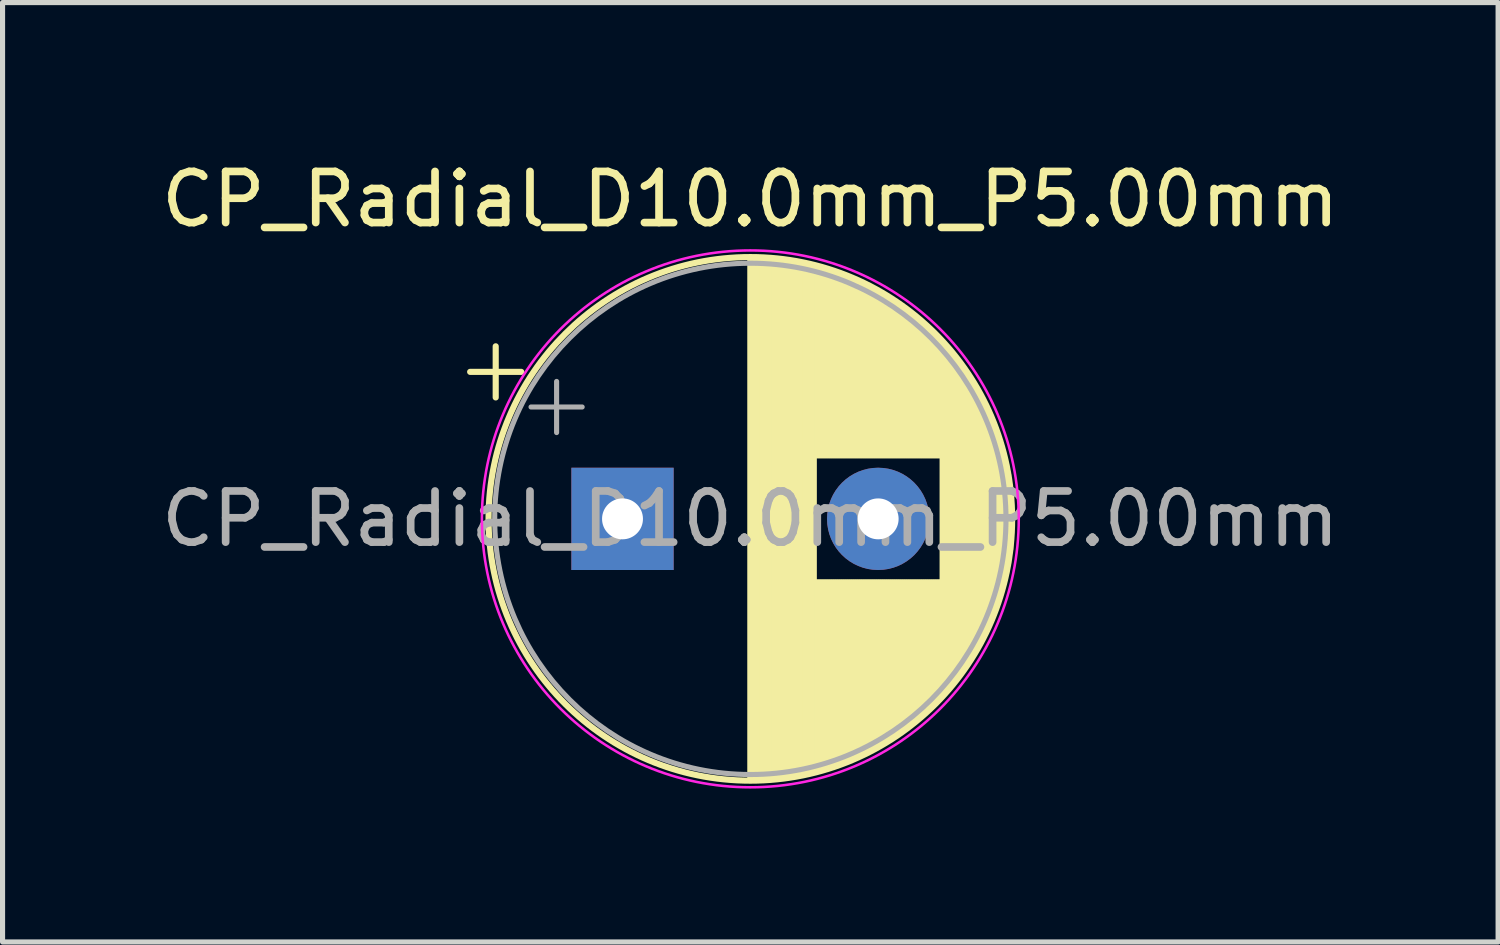
<source format=kicad_pcb>
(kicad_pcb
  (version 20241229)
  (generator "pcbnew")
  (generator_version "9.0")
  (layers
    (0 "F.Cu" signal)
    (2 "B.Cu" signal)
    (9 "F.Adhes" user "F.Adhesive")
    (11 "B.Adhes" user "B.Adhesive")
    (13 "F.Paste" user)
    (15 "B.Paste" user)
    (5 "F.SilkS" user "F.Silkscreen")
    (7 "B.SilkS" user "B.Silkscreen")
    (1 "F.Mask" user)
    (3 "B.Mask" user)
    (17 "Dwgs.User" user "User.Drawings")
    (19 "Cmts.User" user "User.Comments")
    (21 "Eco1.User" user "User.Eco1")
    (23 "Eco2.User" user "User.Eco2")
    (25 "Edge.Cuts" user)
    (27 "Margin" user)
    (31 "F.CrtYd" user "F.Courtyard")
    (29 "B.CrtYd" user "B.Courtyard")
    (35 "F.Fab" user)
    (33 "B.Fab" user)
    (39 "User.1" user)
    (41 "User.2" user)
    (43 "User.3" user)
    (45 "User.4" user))
  (footprint "CP_Radial_D10.0mm_P5.00mm"
    (layer "F.Cu")
    (at 9.125 7.098)
    (property "Reference" "CP_Radial_D10.0mm_P5.00mm" (at 2.5 -6.25 0) (layer "F.SilkS") (effects (font (size 1 1) (thickness 0.15))))
    (attr through_hole)
    (fp_line (start -2.98 -2.875) (end -1.98 -2.875) (stroke (width 0.12) (type solid)) (layer "F.SilkS"))
    (fp_line (start -2.48 -3.375) (end -2.48 -2.375) (stroke (width 0.12) (type solid)) (layer "F.SilkS"))
    (fp_line (start 2.5 -5.08) (end 2.5 5.08) (stroke (width 0.12) (type solid)) (layer "F.SilkS"))
    (fp_line (start 2.54 -5.08) (end 2.54 5.08) (stroke (width 0.12) (type solid)) (layer "F.SilkS"))
    (fp_line (start 2.58 -5.08) (end 2.58 5.08) (stroke (width 0.12) (type solid)) (layer "F.SilkS"))
    (fp_line (start 2.62 -5.079) (end 2.62 5.079) (stroke (width 0.12) (type solid)) (layer "F.SilkS"))
    (fp_line (start 2.66 -5.078) (end 2.66 5.078) (stroke (width 0.12) (type solid)) (layer "F.SilkS"))
    (fp_line (start 2.7 -5.077) (end 2.7 5.077) (stroke (width 0.12) (type solid)) (layer "F.SilkS"))
    (fp_line (start 2.74 -5.075) (end 2.74 5.075) (stroke (width 0.12) (type solid)) (layer "F.SilkS"))
    (fp_line (start 2.78 -5.073) (end 2.78 5.073) (stroke (width 0.12) (type solid)) (layer "F.SilkS"))
    (fp_line (start 2.82 -5.07) (end 2.82 5.07) (stroke (width 0.12) (type solid)) (layer "F.SilkS"))
    (fp_line (start 2.86 -5.068) (end 2.86 5.068) (stroke (width 0.12) (type solid)) (layer "F.SilkS"))
    (fp_line (start 2.9 -5.065) (end 2.9 5.065) (stroke (width 0.12) (type solid)) (layer "F.SilkS"))
    (fp_line (start 2.94 -5.062) (end 2.94 5.062) (stroke (width 0.12) (type solid)) (layer "F.SilkS"))
    (fp_line (start 2.98 -5.058) (end 2.98 5.058) (stroke (width 0.12) (type solid)) (layer "F.SilkS"))
    (fp_line (start 3.02 -5.054) (end 3.02 5.054) (stroke (width 0.12) (type solid)) (layer "F.SilkS"))
    (fp_line (start 3.06 -5.05) (end 3.06 5.05) (stroke (width 0.12) (type solid)) (layer "F.SilkS"))
    (fp_line (start 3.1 -5.045) (end 3.1 5.045) (stroke (width 0.12) (type solid)) (layer "F.SilkS"))
    (fp_line (start 3.14 -5.04) (end 3.14 5.04) (stroke (width 0.12) (type solid)) (layer "F.SilkS"))
    (fp_line (start 3.18 -5.035) (end 3.18 5.035) (stroke (width 0.12) (type solid)) (layer "F.SilkS"))
    (fp_line (start 3.221 -5.03) (end 3.221 5.03) (stroke (width 0.12) (type solid)) (layer "F.SilkS"))
    (fp_line (start 3.261 -5.024) (end 3.261 5.024) (stroke (width 0.12) (type solid)) (layer "F.SilkS"))
    (fp_line (start 3.301 -5.018) (end 3.301 5.018) (stroke (width 0.12) (type solid)) (layer "F.SilkS"))
    (fp_line (start 3.341 -5.011) (end 3.341 5.011) (stroke (width 0.12) (type solid)) (layer "F.SilkS"))
    (fp_line (start 3.381 -5.004) (end 3.381 5.004) (stroke (width 0.12) (type solid)) (layer "F.SilkS"))
    (fp_line (start 3.421 -4.997) (end 3.421 4.997) (stroke (width 0.12) (type solid)) (layer "F.SilkS"))
    (fp_line (start 3.461 -4.99) (end 3.461 4.99) (stroke (width 0.12) (type solid)) (layer "F.SilkS"))
    (fp_line (start 3.501 -4.982) (end 3.501 4.982) (stroke (width 0.12) (type solid)) (layer "F.SilkS"))
    (fp_line (start 3.541 -4.974) (end 3.541 4.974) (stroke (width 0.12) (type solid)) (layer "F.SilkS"))
    (fp_line (start 3.581 -4.965) (end 3.581 4.965) (stroke (width 0.12) (type solid)) (layer "F.SilkS"))
    (fp_line (start 3.621 -4.956) (end 3.621 4.956) (stroke (width 0.12) (type solid)) (layer "F.SilkS"))
    (fp_line (start 3.661 -4.947) (end 3.661 4.947) (stroke (width 0.12) (type solid)) (layer "F.SilkS"))
    (fp_line (start 3.701 -4.938) (end 3.701 4.938) (stroke (width 0.12) (type solid)) (layer "F.SilkS"))
    (fp_line (start 3.741 -4.928) (end 3.741 4.928) (stroke (width 0.12) (type solid)) (layer "F.SilkS"))
    (fp_line (start 3.781 -4.918) (end 3.781 -1.241) (stroke (width 0.12) (type solid)) (layer "F.SilkS"))
    (fp_line (start 3.781 1.241) (end 3.781 4.918) (stroke (width 0.12) (type solid)) (layer "F.SilkS"))
    (fp_line (start 3.821 -4.907) (end 3.821 -1.241) (stroke (width 0.12) (type solid)) (layer "F.SilkS"))
    (fp_line (start 3.821 1.241) (end 3.821 4.907) (stroke (width 0.12) (type solid)) (layer "F.SilkS"))
    (fp_line (start 3.861 -4.897) (end 3.861 -1.241) (stroke (width 0.12) (type solid)) (layer "F.SilkS"))
    (fp_line (start 3.861 1.241) (end 3.861 4.897) (stroke (width 0.12) (type solid)) (layer "F.SilkS"))
    (fp_line (start 3.901 -4.885) (end 3.901 -1.241) (stroke (width 0.12) (type solid)) (layer "F.SilkS"))
    (fp_line (start 3.901 1.241) (end 3.901 4.885) (stroke (width 0.12) (type solid)) (layer "F.SilkS"))
    (fp_line (start 3.941 -4.874) (end 3.941 -1.241) (stroke (width 0.12) (type solid)) (layer "F.SilkS"))
    (fp_line (start 3.941 1.241) (end 3.941 4.874) (stroke (width 0.12) (type solid)) (layer "F.SilkS"))
    (fp_line (start 3.981 -4.862) (end 3.981 -1.241) (stroke (width 0.12) (type solid)) (layer "F.SilkS"))
    (fp_line (start 3.981 1.241) (end 3.981 4.862) (stroke (width 0.12) (type solid)) (layer "F.SilkS"))
    (fp_line (start 4.021 -4.85) (end 4.021 -1.241) (stroke (width 0.12) (type solid)) (layer "F.SilkS"))
    (fp_line (start 4.021 1.241) (end 4.021 4.85) (stroke (width 0.12) (type solid)) (layer "F.SilkS"))
    (fp_line (start 4.061 -4.837) (end 4.061 -1.241) (stroke (width 0.12) (type solid)) (layer "F.SilkS"))
    (fp_line (start 4.061 1.241) (end 4.061 4.837) (stroke (width 0.12) (type solid)) (layer "F.SilkS"))
    (fp_line (start 4.101 -4.824) (end 4.101 -1.241) (stroke (width 0.12) (type solid)) (layer "F.SilkS"))
    (fp_line (start 4.101 1.241) (end 4.101 4.824) (stroke (width 0.12) (type solid)) (layer "F.SilkS"))
    (fp_line (start 4.141 -4.811) (end 4.141 -1.241) (stroke (width 0.12) (type solid)) (layer "F.SilkS"))
    (fp_line (start 4.141 1.241) (end 4.141 4.811) (stroke (width 0.12) (type solid)) (layer "F.SilkS"))
    (fp_line (start 4.181 -4.797) (end 4.181 -1.241) (stroke (width 0.12) (type solid)) (layer "F.SilkS"))
    (fp_line (start 4.181 1.241) (end 4.181 4.797) (stroke (width 0.12) (type solid)) (layer "F.SilkS"))
    (fp_line (start 4.221 -4.783) (end 4.221 -1.241) (stroke (width 0.12) (type solid)) (layer "F.SilkS"))
    (fp_line (start 4.221 1.241) (end 4.221 4.783) (stroke (width 0.12) (type solid)) (layer "F.SilkS"))
    (fp_line (start 4.261 -4.768) (end 4.261 -1.241) (stroke (width 0.12) (type solid)) (layer "F.SilkS"))
    (fp_line (start 4.261 1.241) (end 4.261 4.768) (stroke (width 0.12) (type solid)) (layer "F.SilkS"))
    (fp_line (start 4.301 -4.754) (end 4.301 -1.241) (stroke (width 0.12) (type solid)) (layer "F.SilkS"))
    (fp_line (start 4.301 1.241) (end 4.301 4.754) (stroke (width 0.12) (type solid)) (layer "F.SilkS"))
    (fp_line (start 4.341 -4.738) (end 4.341 -1.241) (stroke (width 0.12) (type solid)) (layer "F.SilkS"))
    (fp_line (start 4.341 1.241) (end 4.341 4.738) (stroke (width 0.12) (type solid)) (layer "F.SilkS"))
    (fp_line (start 4.381 -4.723) (end 4.381 -1.241) (stroke (width 0.12) (type solid)) (layer "F.SilkS"))
    (fp_line (start 4.381 1.241) (end 4.381 4.723) (stroke (width 0.12) (type solid)) (layer "F.SilkS"))
    (fp_line (start 4.421 -4.707) (end 4.421 -1.241) (stroke (width 0.12) (type solid)) (layer "F.SilkS"))
    (fp_line (start 4.421 1.241) (end 4.421 4.707) (stroke (width 0.12) (type solid)) (layer "F.SilkS"))
    (fp_line (start 4.461 -4.69) (end 4.461 -1.241) (stroke (width 0.12) (type solid)) (layer "F.SilkS"))
    (fp_line (start 4.461 1.241) (end 4.461 4.69) (stroke (width 0.12) (type solid)) (layer "F.SilkS"))
    (fp_line (start 4.501 -4.674) (end 4.501 -1.241) (stroke (width 0.12) (type solid)) (layer "F.SilkS"))
    (fp_line (start 4.501 1.241) (end 4.501 4.674) (stroke (width 0.12) (type solid)) (layer "F.SilkS"))
    (fp_line (start 4.541 -4.657) (end 4.541 -1.241) (stroke (width 0.12) (type solid)) (layer "F.SilkS"))
    (fp_line (start 4.541 1.241) (end 4.541 4.657) (stroke (width 0.12) (type solid)) (layer "F.SilkS"))
    (fp_line (start 4.581 -4.639) (end 4.581 -1.241) (stroke (width 0.12) (type solid)) (layer "F.SilkS"))
    (fp_line (start 4.581 1.241) (end 4.581 4.639) (stroke (width 0.12) (type solid)) (layer "F.SilkS"))
    (fp_line (start 4.621 -4.621) (end 4.621 -1.241) (stroke (width 0.12) (type solid)) (layer "F.SilkS"))
    (fp_line (start 4.621 1.241) (end 4.621 4.621) (stroke (width 0.12) (type solid)) (layer "F.SilkS"))
    (fp_line (start 4.661 -4.603) (end 4.661 -1.241) (stroke (width 0.12) (type solid)) (layer "F.SilkS"))
    (fp_line (start 4.661 1.241) (end 4.661 4.603) (stroke (width 0.12) (type solid)) (layer "F.SilkS"))
    (fp_line (start 4.701 -4.584) (end 4.701 -1.241) (stroke (width 0.12) (type solid)) (layer "F.SilkS"))
    (fp_line (start 4.701 1.241) (end 4.701 4.584) (stroke (width 0.12) (type solid)) (layer "F.SilkS"))
    (fp_line (start 4.741 -4.564) (end 4.741 -1.241) (stroke (width 0.12) (type solid)) (layer "F.SilkS"))
    (fp_line (start 4.741 1.241) (end 4.741 4.564) (stroke (width 0.12) (type solid)) (layer "F.SilkS"))
    (fp_line (start 4.781 -4.545) (end 4.781 -1.241) (stroke (width 0.12) (type solid)) (layer "F.SilkS"))
    (fp_line (start 4.781 1.241) (end 4.781 4.545) (stroke (width 0.12) (type solid)) (layer "F.SilkS"))
    (fp_line (start 4.821 -4.525) (end 4.821 -1.241) (stroke (width 0.12) (type solid)) (layer "F.SilkS"))
    (fp_line (start 4.821 1.241) (end 4.821 4.525) (stroke (width 0.12) (type solid)) (layer "F.SilkS"))
    (fp_line (start 4.861 -4.504) (end 4.861 -1.241) (stroke (width 0.12) (type solid)) (layer "F.SilkS"))
    (fp_line (start 4.861 1.241) (end 4.861 4.504) (stroke (width 0.12) (type solid)) (layer "F.SilkS"))
    (fp_line (start 4.901 -4.483) (end 4.901 -1.241) (stroke (width 0.12) (type solid)) (layer "F.SilkS"))
    (fp_line (start 4.901 1.241) (end 4.901 4.483) (stroke (width 0.12) (type solid)) (layer "F.SilkS"))
    (fp_line (start 4.941 -4.462) (end 4.941 -1.241) (stroke (width 0.12) (type solid)) (layer "F.SilkS"))
    (fp_line (start 4.941 1.241) (end 4.941 4.462) (stroke (width 0.12) (type solid)) (layer "F.SilkS"))
    (fp_line (start 4.981 -4.44) (end 4.981 -1.241) (stroke (width 0.12) (type solid)) (layer "F.SilkS"))
    (fp_line (start 4.981 1.241) (end 4.981 4.44) (stroke (width 0.12) (type solid)) (layer "F.SilkS"))
    (fp_line (start 5.021 -4.417) (end 5.021 -1.241) (stroke (width 0.12) (type solid)) (layer "F.SilkS"))
    (fp_line (start 5.021 1.241) (end 5.021 4.417) (stroke (width 0.12) (type solid)) (layer "F.SilkS"))
    (fp_line (start 5.061 -4.395) (end 5.061 -1.241) (stroke (width 0.12) (type solid)) (layer "F.SilkS"))
    (fp_line (start 5.061 1.241) (end 5.061 4.395) (stroke (width 0.12) (type solid)) (layer "F.SilkS"))
    (fp_line (start 5.101 -4.371) (end 5.101 -1.241) (stroke (width 0.12) (type solid)) (layer "F.SilkS"))
    (fp_line (start 5.101 1.241) (end 5.101 4.371) (stroke (width 0.12) (type solid)) (layer "F.SilkS"))
    (fp_line (start 5.141 -4.347) (end 5.141 -1.241) (stroke (width 0.12) (type solid)) (layer "F.SilkS"))
    (fp_line (start 5.141 1.241) (end 5.141 4.347) (stroke (width 0.12) (type solid)) (layer "F.SilkS"))
    (fp_line (start 5.181 -4.323) (end 5.181 -1.241) (stroke (width 0.12) (type solid)) (layer "F.SilkS"))
    (fp_line (start 5.181 1.241) (end 5.181 4.323) (stroke (width 0.12) (type solid)) (layer "F.SilkS"))
    (fp_line (start 5.221 -4.298) (end 5.221 -1.241) (stroke (width 0.12) (type solid)) (layer "F.SilkS"))
    (fp_line (start 5.221 1.241) (end 5.221 4.298) (stroke (width 0.12) (type solid)) (layer "F.SilkS"))
    (fp_line (start 5.261 -4.273) (end 5.261 -1.241) (stroke (width 0.12) (type solid)) (layer "F.SilkS"))
    (fp_line (start 5.261 1.241) (end 5.261 4.273) (stroke (width 0.12) (type solid)) (layer "F.SilkS"))
    (fp_line (start 5.301 -4.247) (end 5.301 -1.241) (stroke (width 0.12) (type solid)) (layer "F.SilkS"))
    (fp_line (start 5.301 1.241) (end 5.301 4.247) (stroke (width 0.12) (type solid)) (layer "F.SilkS"))
    (fp_line (start 5.341 -4.221) (end 5.341 -1.241) (stroke (width 0.12) (type solid)) (layer "F.SilkS"))
    (fp_line (start 5.341 1.241) (end 5.341 4.221) (stroke (width 0.12) (type solid)) (layer "F.SilkS"))
    (fp_line (start 5.381 -4.194) (end 5.381 -1.241) (stroke (width 0.12) (type solid)) (layer "F.SilkS"))
    (fp_line (start 5.381 1.241) (end 5.381 4.194) (stroke (width 0.12) (type solid)) (layer "F.SilkS"))
    (fp_line (start 5.421 -4.166) (end 5.421 -1.241) (stroke (width 0.12) (type solid)) (layer "F.SilkS"))
    (fp_line (start 5.421 1.241) (end 5.421 4.166) (stroke (width 0.12) (type solid)) (layer "F.SilkS"))
    (fp_line (start 5.461 -4.138) (end 5.461 -1.241) (stroke (width 0.12) (type solid)) (layer "F.SilkS"))
    (fp_line (start 5.461 1.241) (end 5.461 4.138) (stroke (width 0.12) (type solid)) (layer "F.SilkS"))
    (fp_line (start 5.501 -4.11) (end 5.501 -1.241) (stroke (width 0.12) (type solid)) (layer "F.SilkS"))
    (fp_line (start 5.501 1.241) (end 5.501 4.11) (stroke (width 0.12) (type solid)) (layer "F.SilkS"))
    (fp_line (start 5.541 -4.08) (end 5.541 -1.241) (stroke (width 0.12) (type solid)) (layer "F.SilkS"))
    (fp_line (start 5.541 1.241) (end 5.541 4.08) (stroke (width 0.12) (type solid)) (layer "F.SilkS"))
    (fp_line (start 5.581 -4.05) (end 5.581 -1.241) (stroke (width 0.12) (type solid)) (layer "F.SilkS"))
    (fp_line (start 5.581 1.241) (end 5.581 4.05) (stroke (width 0.12) (type solid)) (layer "F.SilkS"))
    (fp_line (start 5.621 -4.02) (end 5.621 -1.241) (stroke (width 0.12) (type solid)) (layer "F.SilkS"))
    (fp_line (start 5.621 1.241) (end 5.621 4.02) (stroke (width 0.12) (type solid)) (layer "F.SilkS"))
    (fp_line (start 5.661 -3.989) (end 5.661 -1.241) (stroke (width 0.12) (type solid)) (layer "F.SilkS"))
    (fp_line (start 5.661 1.241) (end 5.661 3.989) (stroke (width 0.12) (type solid)) (layer "F.SilkS"))
    (fp_line (start 5.701 -3.957) (end 5.701 -1.241) (stroke (width 0.12) (type solid)) (layer "F.SilkS"))
    (fp_line (start 5.701 1.241) (end 5.701 3.957) (stroke (width 0.12) (type solid)) (layer "F.SilkS"))
    (fp_line (start 5.741 -3.925) (end 5.741 -1.241) (stroke (width 0.12) (type solid)) (layer "F.SilkS"))
    (fp_line (start 5.741 1.241) (end 5.741 3.925) (stroke (width 0.12) (type solid)) (layer "F.SilkS"))
    (fp_line (start 5.781 -3.892) (end 5.781 -1.241) (stroke (width 0.12) (type solid)) (layer "F.SilkS"))
    (fp_line (start 5.781 1.241) (end 5.781 3.892) (stroke (width 0.12) (type solid)) (layer "F.SilkS"))
    (fp_line (start 5.821 -3.858) (end 5.821 -1.241) (stroke (width 0.12) (type solid)) (layer "F.SilkS"))
    (fp_line (start 5.821 1.241) (end 5.821 3.858) (stroke (width 0.12) (type solid)) (layer "F.SilkS"))
    (fp_line (start 5.861 -3.824) (end 5.861 -1.241) (stroke (width 0.12) (type solid)) (layer "F.SilkS"))
    (fp_line (start 5.861 1.241) (end 5.861 3.824) (stroke (width 0.12) (type solid)) (layer "F.SilkS"))
    (fp_line (start 5.901 -3.789) (end 5.901 -1.241) (stroke (width 0.12) (type solid)) (layer "F.SilkS"))
    (fp_line (start 5.901 1.241) (end 5.901 3.789) (stroke (width 0.12) (type solid)) (layer "F.SilkS"))
    (fp_line (start 5.941 -3.753) (end 5.941 -1.241) (stroke (width 0.12) (type solid)) (layer "F.SilkS"))
    (fp_line (start 5.941 1.241) (end 5.941 3.753) (stroke (width 0.12) (type solid)) (layer "F.SilkS"))
    (fp_line (start 5.981 -3.716) (end 5.981 -1.241) (stroke (width 0.12) (type solid)) (layer "F.SilkS"))
    (fp_line (start 5.981 1.241) (end 5.981 3.716) (stroke (width 0.12) (type solid)) (layer "F.SilkS"))
    (fp_line (start 6.021 -3.679) (end 6.021 -1.241) (stroke (width 0.12) (type solid)) (layer "F.SilkS"))
    (fp_line (start 6.021 1.241) (end 6.021 3.679) (stroke (width 0.12) (type solid)) (layer "F.SilkS"))
    (fp_line (start 6.061 -3.64) (end 6.061 -1.241) (stroke (width 0.12) (type solid)) (layer "F.SilkS"))
    (fp_line (start 6.061 1.241) (end 6.061 3.64) (stroke (width 0.12) (type solid)) (layer "F.SilkS"))
    (fp_line (start 6.101 -3.601) (end 6.101 -1.241) (stroke (width 0.12) (type solid)) (layer "F.SilkS"))
    (fp_line (start 6.101 1.241) (end 6.101 3.601) (stroke (width 0.12) (type solid)) (layer "F.SilkS"))
    (fp_line (start 6.141 -3.561) (end 6.141 -1.241) (stroke (width 0.12) (type solid)) (layer "F.SilkS"))
    (fp_line (start 6.141 1.241) (end 6.141 3.561) (stroke (width 0.12) (type solid)) (layer "F.SilkS"))
    (fp_line (start 6.181 -3.52) (end 6.181 -1.241) (stroke (width 0.12) (type solid)) (layer "F.SilkS"))
    (fp_line (start 6.181 1.241) (end 6.181 3.52) (stroke (width 0.12) (type solid)) (layer "F.SilkS"))
    (fp_line (start 6.221 -3.478) (end 6.221 -1.241) (stroke (width 0.12) (type solid)) (layer "F.SilkS"))
    (fp_line (start 6.221 1.241) (end 6.221 3.478) (stroke (width 0.12) (type solid)) (layer "F.SilkS"))
    (fp_line (start 6.261 -3.436) (end 6.261 3.436) (stroke (width 0.12) (type solid)) (layer "F.SilkS"))
    (fp_line (start 6.301 -3.392) (end 6.301 3.392) (stroke (width 0.12) (type solid)) (layer "F.SilkS"))
    (fp_line (start 6.341 -3.347) (end 6.341 3.347) (stroke (width 0.12) (type solid)) (layer "F.SilkS"))
    (fp_line (start 6.381 -3.301) (end 6.381 3.301) (stroke (width 0.12) (type solid)) (layer "F.SilkS"))
    (fp_line (start 6.421 -3.254) (end 6.421 3.254) (stroke (width 0.12) (type solid)) (layer "F.SilkS"))
    (fp_line (start 6.461 -3.206) (end 6.461 3.206) (stroke (width 0.12) (type solid)) (layer "F.SilkS"))
    (fp_line (start 6.501 -3.156) (end 6.501 3.156) (stroke (width 0.12) (type solid)) (layer "F.SilkS"))
    (fp_line (start 6.541 -3.106) (end 6.541 3.106) (stroke (width 0.12) (type solid)) (layer "F.SilkS"))
    (fp_line (start 6.581 -3.054) (end 6.581 3.054) (stroke (width 0.12) (type solid)) (layer "F.SilkS"))
    (fp_line (start 6.621 -3) (end 6.621 3) (stroke (width 0.12) (type solid)) (layer "F.SilkS"))
    (fp_line (start 6.661 -2.945) (end 6.661 2.945) (stroke (width 0.12) (type solid)) (layer "F.SilkS"))
    (fp_line (start 6.701 -2.889) (end 6.701 2.889) (stroke (width 0.12) (type solid)) (layer "F.SilkS"))
    (fp_line (start 6.741 -2.83) (end 6.741 2.83) (stroke (width 0.12) (type solid)) (layer "F.SilkS"))
    (fp_line (start 6.781 -2.77) (end 6.781 2.77) (stroke (width 0.12) (type solid)) (layer "F.SilkS"))
    (fp_line (start 6.821 -2.709) (end 6.821 2.709) (stroke (width 0.12) (type solid)) (layer "F.SilkS"))
    (fp_line (start 6.861 -2.645) (end 6.861 2.645) (stroke (width 0.12) (type solid)) (layer "F.SilkS"))
    (fp_line (start 6.901 -2.579) (end 6.901 2.579) (stroke (width 0.12) (type solid)) (layer "F.SilkS"))
    (fp_line (start 6.941 -2.51) (end 6.941 2.51) (stroke (width 0.12) (type solid)) (layer "F.SilkS"))
    (fp_line (start 6.981 -2.439) (end 6.981 2.439) (stroke (width 0.12) (type solid)) (layer "F.SilkS"))
    (fp_line (start 7.021 -2.365) (end 7.021 2.365) (stroke (width 0.12) (type solid)) (layer "F.SilkS"))
    (fp_line (start 7.061 -2.289) (end 7.061 2.289) (stroke (width 0.12) (type solid)) (layer "F.SilkS"))
    (fp_line (start 7.101 -2.209) (end 7.101 2.209) (stroke (width 0.12) (type solid)) (layer "F.SilkS"))
    (fp_line (start 7.141 -2.125) (end 7.141 2.125) (stroke (width 0.12) (type solid)) (layer "F.SilkS"))
    (fp_line (start 7.181 -2.037) (end 7.181 2.037) (stroke (width 0.12) (type solid)) (layer "F.SilkS"))
    (fp_line (start 7.221 -1.944) (end 7.221 1.944) (stroke (width 0.12) (type solid)) (layer "F.SilkS"))
    (fp_line (start 7.261 -1.846) (end 7.261 1.846) (stroke (width 0.12) (type solid)) (layer "F.SilkS"))
    (fp_line (start 7.301 -1.742) (end 7.301 1.742) (stroke (width 0.12) (type solid)) (layer "F.SilkS"))
    (fp_line (start 7.341 -1.63) (end 7.341 1.63) (stroke (width 0.12) (type solid)) (layer "F.SilkS"))
    (fp_line (start 7.381 -1.51) (end 7.381 1.51) (stroke (width 0.12) (type solid)) (layer "F.SilkS"))
    (fp_line (start 7.421 -1.378) (end 7.421 1.378) (stroke (width 0.12) (type solid)) (layer "F.SilkS"))
    (fp_line (start 7.461 -1.23) (end 7.461 1.23) (stroke (width 0.12) (type solid)) (layer "F.SilkS"))
    (fp_line (start 7.501 -1.062) (end 7.501 1.062) (stroke (width 0.12) (type solid)) (layer "F.SilkS"))
    (fp_line (start 7.541 -0.862) (end 7.541 0.862) (stroke (width 0.12) (type solid)) (layer "F.SilkS"))
    (fp_line (start 7.581 -0.599) (end 7.581 0.599) (stroke (width 0.12) (type solid)) (layer "F.SilkS"))
    (fp_circle (center 2.5 0) (end 7.62 0) (stroke (width 0.12) (type solid)) (fill no) (layer "F.SilkS"))
    (fp_circle (center 2.5 0) (end 7.75 0) (stroke (width 0.05) (type solid)) (fill no) (layer "F.CrtYd"))
    (fp_line (start -1.789 -2.188) (end -0.789 -2.188) (stroke (width 0.1) (type solid)) (layer "F.Fab"))
    (fp_line (start -1.289 -2.688) (end -1.289 -1.688) (stroke (width 0.1) (type solid)) (layer "F.Fab"))
    (fp_circle (center 2.5 0) (end 7.5 0) (stroke (width 0.1) (type solid)) (fill no) (layer "F.Fab"))
    (fp_text user "${REFERENCE}" (at 2.5 0 0) (layer "F.Fab") (effects (font (size 1 1) (thickness 0.15))))
    (pad "1" thru_hole rect (at 0 0) (size 2 2) (drill 0.8) (layers "*.Cu" "*.Mask"))
    (pad "2" thru_hole circle (at 5 0) (size 2 2) (drill 0.8) (layers "*.Cu" "*.Mask")))
  (gr_rect
    (start -3 -3)
    (end 26.25 15.373)
    (stroke (width 0.1) (type default))
    (fill no)
    (layer "Edge.Cuts")))
</source>
